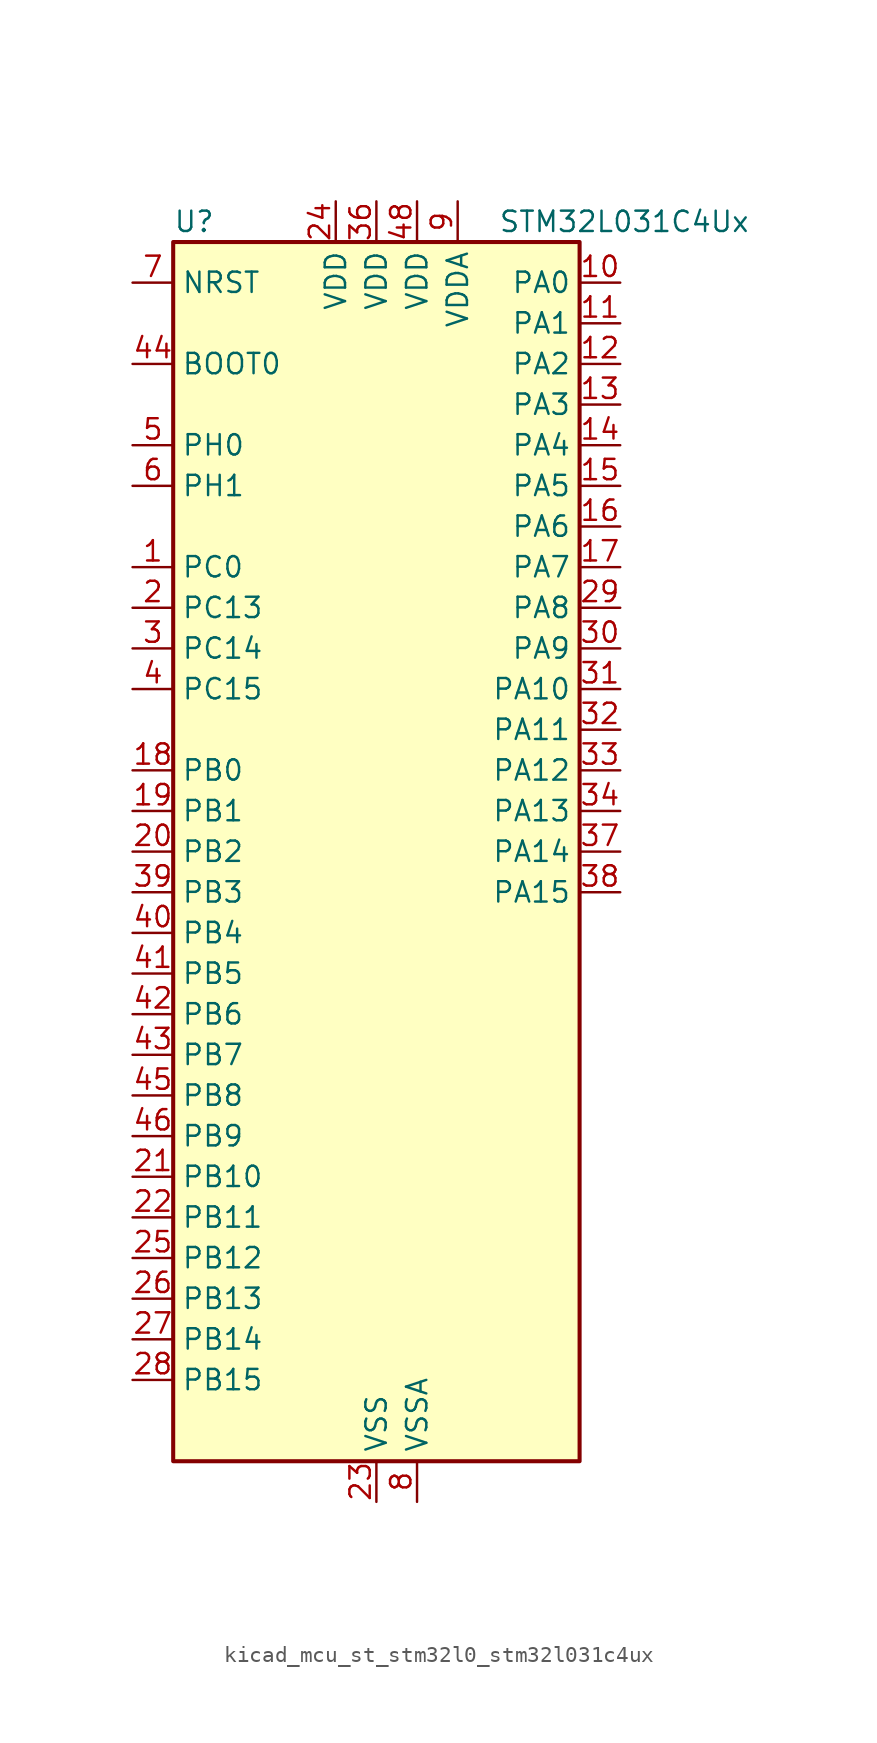
<source format=kicad_sym>
(kicad_symbol_lib
  (version 20220914)
  (generator kicad_symbol_editor)
  (symbol "kicad_mcu_st_stm32l0_stm32l031c4ux"
    (property "Reference" "U"
      (at -12.7 39.37 0)
      (effects (font (size 1.27 1.27)) (justify left)))
    (property "Value" "STM32L031C4Ux"
      (at 7.62 39.37 0)
      (effects (font (size 1.27 1.27)) (justify left)))
    (property "ki_locked" ""
      (at 0 0 0)
      (effects (font (size 1.27 1.27))))
    (symbol "kicad_mcu_st_stm32l0_stm32l031c4ux_0_1"
      (rectangle (start -12.7 -38.1) (end 12.7 38.1) (stroke (width 0.254) (type default)) (fill (type background))))
    (symbol "kicad_mcu_st_stm32l0_stm32l031c4ux_1_1"
      (pin bidirectional line (at -15.24 17.78 0) (length 2.54) (name "PC0" (effects (font (size 1.27 1.27)))) (number "1" (effects (font (size 1.27 1.27)))) (alternate "LPTIM1_IN1" bidirectional line) (alternate "LPUART1_RX" bidirectional line))
      (pin bidirectional line (at 15.24 35.56 180) (length 2.54) (name "PA0" (effects (font (size 1.27 1.27)))) (number "10" (effects (font (size 1.27 1.27)))) (alternate "ADC_IN0" bidirectional line) (alternate "COMP1_INM" bidirectional line) (alternate "COMP1_OUT" bidirectional line) (alternate "LPTIM1_IN1" bidirectional line) (alternate "RTC_TAMP2" bidirectional line) (alternate "SYS_WKUP1" bidirectional line) (alternate "TIM2_CH1" bidirectional line) (alternate "TIM2_ETR" bidirectional line) (alternate "USART2_CTS" bidirectional line))
      (pin bidirectional line (at 15.24 33.02 180) (length 2.54) (name "PA1" (effects (font (size 1.27 1.27)))) (number "11" (effects (font (size 1.27 1.27)))) (alternate "ADC_IN1" bidirectional line) (alternate "COMP1_INP" bidirectional line) (alternate "I2C1_SMBA" bidirectional line) (alternate "LPTIM1_IN2" bidirectional line) (alternate "TIM21_ETR" bidirectional line) (alternate "TIM2_CH2" bidirectional line) (alternate "USART2_DE" bidirectional line) (alternate "USART2_RTS" bidirectional line))
      (pin bidirectional line (at 15.24 30.48 180) (length 2.54) (name "PA2" (effects (font (size 1.27 1.27)))) (number "12" (effects (font (size 1.27 1.27)))) (alternate "ADC_IN2" bidirectional line) (alternate "COMP2_INM" bidirectional line) (alternate "COMP2_OUT" bidirectional line) (alternate "LPUART1_TX" bidirectional line) (alternate "RTC_OUT_ALARM" bidirectional line) (alternate "RTC_OUT_CALIB" bidirectional line) (alternate "RTC_TAMP3" bidirectional line) (alternate "RTC_TS" bidirectional line) (alternate "SYS_WKUP3" bidirectional line) (alternate "TIM21_CH1" bidirectional line) (alternate "TIM2_CH3" bidirectional line) (alternate "USART2_TX" bidirectional line))
      (pin bidirectional line (at 15.24 27.94 180) (length 2.54) (name "PA3" (effects (font (size 1.27 1.27)))) (number "13" (effects (font (size 1.27 1.27)))) (alternate "ADC_IN3" bidirectional line) (alternate "COMP2_INP" bidirectional line) (alternate "LPUART1_RX" bidirectional line) (alternate "TIM21_CH2" bidirectional line) (alternate "TIM2_CH4" bidirectional line) (alternate "USART2_RX" bidirectional line))
      (pin bidirectional line (at 15.24 25.4 180) (length 2.54) (name "PA4" (effects (font (size 1.27 1.27)))) (number "14" (effects (font (size 1.27 1.27)))) (alternate "ADC_IN4" bidirectional line) (alternate "COMP1_INM" bidirectional line) (alternate "COMP2_INM" bidirectional line) (alternate "LPTIM1_IN1" bidirectional line) (alternate "SPI1_NSS" bidirectional line) (alternate "TIM22_ETR" bidirectional line) (alternate "USART2_CK" bidirectional line))
      (pin bidirectional line (at 15.24 22.86 180) (length 2.54) (name "PA5" (effects (font (size 1.27 1.27)))) (number "15" (effects (font (size 1.27 1.27)))) (alternate "ADC_IN5" bidirectional line) (alternate "COMP1_INM" bidirectional line) (alternate "COMP2_INM" bidirectional line) (alternate "LPTIM1_IN2" bidirectional line) (alternate "SPI1_SCK" bidirectional line) (alternate "TIM2_CH1" bidirectional line) (alternate "TIM2_ETR" bidirectional line))
      (pin bidirectional line (at 15.24 20.32 180) (length 2.54) (name "PA6" (effects (font (size 1.27 1.27)))) (number "16" (effects (font (size 1.27 1.27)))) (alternate "ADC_IN6" bidirectional line) (alternate "COMP1_OUT" bidirectional line) (alternate "LPTIM1_ETR" bidirectional line) (alternate "LPUART1_CTS" bidirectional line) (alternate "SPI1_MISO" bidirectional line) (alternate "TIM22_CH1" bidirectional line))
      (pin bidirectional line (at 15.24 17.78 180) (length 2.54) (name "PA7" (effects (font (size 1.27 1.27)))) (number "17" (effects (font (size 1.27 1.27)))) (alternate "ADC_IN7" bidirectional line) (alternate "COMP2_OUT" bidirectional line) (alternate "LPTIM1_OUT" bidirectional line) (alternate "SPI1_MOSI" bidirectional line) (alternate "TIM22_CH2" bidirectional line) (alternate "USART2_CTS" bidirectional line))
      (pin bidirectional line (at -15.24 5.08 0) (length 2.54) (name "PB0" (effects (font (size 1.27 1.27)))) (number "18" (effects (font (size 1.27 1.27)))) (alternate "ADC_IN8" bidirectional line) (alternate "SPI1_MISO" bidirectional line) (alternate "SYS_VREF_OUT_PB0" bidirectional line) (alternate "TIM2_CH3" bidirectional line) (alternate "USART2_DE" bidirectional line) (alternate "USART2_RTS" bidirectional line))
      (pin bidirectional line (at -15.24 2.54 0) (length 2.54) (name "PB1" (effects (font (size 1.27 1.27)))) (number "19" (effects (font (size 1.27 1.27)))) (alternate "ADC_IN9" bidirectional line) (alternate "LPUART1_DE" bidirectional line) (alternate "LPUART1_RTS" bidirectional line) (alternate "SPI1_MOSI" bidirectional line) (alternate "SYS_VREF_OUT_PB1" bidirectional line) (alternate "TIM2_CH4" bidirectional line) (alternate "USART2_CK" bidirectional line))
      (pin bidirectional line (at -15.24 15.24 0) (length 2.54) (name "PC13" (effects (font (size 1.27 1.27)))) (number "2" (effects (font (size 1.27 1.27)))) (alternate "RTC_TAMP1" bidirectional line) (alternate "SYS_WKUP2" bidirectional line))
      (pin bidirectional line (at -15.24 0 0) (length 2.54) (name "PB2" (effects (font (size 1.27 1.27)))) (number "20" (effects (font (size 1.27 1.27)))) (alternate "LPTIM1_OUT" bidirectional line))
      (pin bidirectional line (at -15.24 -20.32 0) (length 2.54) (name "PB10" (effects (font (size 1.27 1.27)))) (number "21" (effects (font (size 1.27 1.27)))) (alternate "LPUART1_TX" bidirectional line) (alternate "TIM2_CH3" bidirectional line))
      (pin bidirectional line (at -15.24 -22.86 0) (length 2.54) (name "PB11" (effects (font (size 1.27 1.27)))) (number "22" (effects (font (size 1.27 1.27)))) (alternate "ADC_EXTI11" bidirectional line) (alternate "LPUART1_RX" bidirectional line) (alternate "TIM2_CH4" bidirectional line))
      (pin power_in line (at 0 -40.64 90) (length 2.54) (name "VSS" (effects (font (size 1.27 1.27)))) (number "23" (effects (font (size 1.27 1.27)))))
      (pin power_in line (at -2.54 40.64 270) (length 2.54) (name "VDD" (effects (font (size 1.27 1.27)))) (number "24" (effects (font (size 1.27 1.27)))))
      (pin bidirectional line (at -15.24 -25.4 0) (length 2.54) (name "PB12" (effects (font (size 1.27 1.27)))) (number "25" (effects (font (size 1.27 1.27)))) (alternate "SPI1_NSS" bidirectional line))
      (pin bidirectional line (at -15.24 -27.94 0) (length 2.54) (name "PB13" (effects (font (size 1.27 1.27)))) (number "26" (effects (font (size 1.27 1.27)))) (alternate "LPUART1_CTS" bidirectional line) (alternate "RCC_MCO" bidirectional line) (alternate "SPI1_SCK" bidirectional line) (alternate "TIM21_CH1" bidirectional line))
      (pin bidirectional line (at -15.24 -30.48 0) (length 2.54) (name "PB14" (effects (font (size 1.27 1.27)))) (number "27" (effects (font (size 1.27 1.27)))) (alternate "LPUART1_DE" bidirectional line) (alternate "LPUART1_RTS" bidirectional line) (alternate "RTC_OUT_ALARM" bidirectional line) (alternate "RTC_OUT_CALIB" bidirectional line) (alternate "SPI1_MISO" bidirectional line) (alternate "TIM21_CH2" bidirectional line))
      (pin bidirectional line (at -15.24 -33.02 0) (length 2.54) (name "PB15" (effects (font (size 1.27 1.27)))) (number "28" (effects (font (size 1.27 1.27)))) (alternate "RTC_REFIN" bidirectional line) (alternate "SPI1_MOSI" bidirectional line))
      (pin bidirectional line (at 15.24 15.24 180) (length 2.54) (name "PA8" (effects (font (size 1.27 1.27)))) (number "29" (effects (font (size 1.27 1.27)))) (alternate "LPTIM1_IN1" bidirectional line) (alternate "RCC_MCO" bidirectional line) (alternate "TIM2_CH1" bidirectional line) (alternate "USART2_CK" bidirectional line))
      (pin bidirectional line (at -15.24 12.7 0) (length 2.54) (name "PC14" (effects (font (size 1.27 1.27)))) (number "3" (effects (font (size 1.27 1.27)))) (alternate "RCC_OSC32_IN" bidirectional line))
      (pin bidirectional line (at 15.24 12.7 180) (length 2.54) (name "PA9" (effects (font (size 1.27 1.27)))) (number "30" (effects (font (size 1.27 1.27)))) (alternate "I2C1_SCL" bidirectional line) (alternate "RCC_MCO" bidirectional line) (alternate "TIM22_CH1" bidirectional line) (alternate "USART2_TX" bidirectional line))
      (pin bidirectional line (at 15.24 10.16 180) (length 2.54) (name "PA10" (effects (font (size 1.27 1.27)))) (number "31" (effects (font (size 1.27 1.27)))) (alternate "I2C1_SDA" bidirectional line) (alternate "TIM22_CH2" bidirectional line) (alternate "USART2_RX" bidirectional line))
      (pin bidirectional line (at 15.24 7.62 180) (length 2.54) (name "PA11" (effects (font (size 1.27 1.27)))) (number "32" (effects (font (size 1.27 1.27)))) (alternate "ADC_EXTI11" bidirectional line) (alternate "COMP1_OUT" bidirectional line) (alternate "SPI1_MISO" bidirectional line) (alternate "TIM21_CH2" bidirectional line) (alternate "USART2_CTS" bidirectional line))
      (pin bidirectional line (at 15.24 5.08 180) (length 2.54) (name "PA12" (effects (font (size 1.27 1.27)))) (number "33" (effects (font (size 1.27 1.27)))) (alternate "COMP2_OUT" bidirectional line) (alternate "SPI1_MOSI" bidirectional line) (alternate "USART2_DE" bidirectional line) (alternate "USART2_RTS" bidirectional line))
      (pin bidirectional line (at 15.24 2.54 180) (length 2.54) (name "PA13" (effects (font (size 1.27 1.27)))) (number "34" (effects (font (size 1.27 1.27)))) (alternate "LPTIM1_ETR" bidirectional line) (alternate "LPUART1_RX" bidirectional line) (alternate "SYS_SWDIO" bidirectional line))
      (pin passive line (at 0 -40.64 90) (length 2.54) hide (name "VSS" (effects (font (size 1.27 1.27)))) (number "35" (effects (font (size 1.27 1.27)))))
      (pin power_in line (at 0 40.64 270) (length 2.54) (name "VDD" (effects (font (size 1.27 1.27)))) (number "36" (effects (font (size 1.27 1.27)))))
      (pin bidirectional line (at 15.24 0 180) (length 2.54) (name "PA14" (effects (font (size 1.27 1.27)))) (number "37" (effects (font (size 1.27 1.27)))) (alternate "I2C1_SMBA" bidirectional line) (alternate "LPTIM1_OUT" bidirectional line) (alternate "LPUART1_TX" bidirectional line) (alternate "SYS_SWCLK" bidirectional line) (alternate "USART2_TX" bidirectional line))
      (pin bidirectional line (at 15.24 -2.54 180) (length 2.54) (name "PA15" (effects (font (size 1.27 1.27)))) (number "38" (effects (font (size 1.27 1.27)))) (alternate "SPI1_NSS" bidirectional line) (alternate "TIM2_CH1" bidirectional line) (alternate "TIM2_ETR" bidirectional line) (alternate "USART2_RX" bidirectional line))
      (pin bidirectional line (at -15.24 -2.54 0) (length 2.54) (name "PB3" (effects (font (size 1.27 1.27)))) (number "39" (effects (font (size 1.27 1.27)))) (alternate "COMP2_INM" bidirectional line) (alternate "SPI1_SCK" bidirectional line) (alternate "TIM2_CH2" bidirectional line))
      (pin bidirectional line (at -15.24 10.16 0) (length 2.54) (name "PC15" (effects (font (size 1.27 1.27)))) (number "4" (effects (font (size 1.27 1.27)))) (alternate "RCC_OSC32_OUT" bidirectional line))
      (pin bidirectional line (at -15.24 -5.08 0) (length 2.54) (name "PB4" (effects (font (size 1.27 1.27)))) (number "40" (effects (font (size 1.27 1.27)))) (alternate "COMP2_INP" bidirectional line) (alternate "SPI1_MISO" bidirectional line) (alternate "TIM22_CH1" bidirectional line))
      (pin bidirectional line (at -15.24 -7.62 0) (length 2.54) (name "PB5" (effects (font (size 1.27 1.27)))) (number "41" (effects (font (size 1.27 1.27)))) (alternate "COMP2_INP" bidirectional line) (alternate "I2C1_SMBA" bidirectional line) (alternate "LPTIM1_IN1" bidirectional line) (alternate "SPI1_MOSI" bidirectional line) (alternate "TIM22_CH2" bidirectional line))
      (pin bidirectional line (at -15.24 -10.16 0) (length 2.54) (name "PB6" (effects (font (size 1.27 1.27)))) (number "42" (effects (font (size 1.27 1.27)))) (alternate "COMP2_INP" bidirectional line) (alternate "I2C1_SCL" bidirectional line) (alternate "LPTIM1_ETR" bidirectional line) (alternate "TIM21_CH1" bidirectional line) (alternate "USART2_TX" bidirectional line))
      (pin bidirectional line (at -15.24 -12.7 0) (length 2.54) (name "PB7" (effects (font (size 1.27 1.27)))) (number "43" (effects (font (size 1.27 1.27)))) (alternate "COMP2_INP" bidirectional line) (alternate "I2C1_SDA" bidirectional line) (alternate "LPTIM1_IN2" bidirectional line) (alternate "SYS_PVD_IN" bidirectional line) (alternate "USART2_RX" bidirectional line))
      (pin input line (at -15.24 30.48 0) (length 2.54) (name "BOOT0" (effects (font (size 1.27 1.27)))) (number "44" (effects (font (size 1.27 1.27)))))
      (pin bidirectional line (at -15.24 -15.24 0) (length 2.54) (name "PB8" (effects (font (size 1.27 1.27)))) (number "45" (effects (font (size 1.27 1.27)))) (alternate "I2C1_SCL" bidirectional line))
      (pin bidirectional line (at -15.24 -17.78 0) (length 2.54) (name "PB9" (effects (font (size 1.27 1.27)))) (number "46" (effects (font (size 1.27 1.27)))) (alternate "I2C1_SDA" bidirectional line))
      (pin passive line (at 0 -40.64 90) (length 2.54) hide (name "VSS" (effects (font (size 1.27 1.27)))) (number "47" (effects (font (size 1.27 1.27)))))
      (pin power_in line (at 2.54 40.64 270) (length 2.54) (name "VDD" (effects (font (size 1.27 1.27)))) (number "48" (effects (font (size 1.27 1.27)))))
      (pin passive line (at 0 -40.64 90) (length 2.54) hide (name "VSS" (effects (font (size 1.27 1.27)))) (number "49" (effects (font (size 1.27 1.27)))))
      (pin bidirectional line (at -15.24 25.4 0) (length 2.54) (name "PH0" (effects (font (size 1.27 1.27)))) (number "5" (effects (font (size 1.27 1.27)))) (alternate "RCC_OSC_IN" bidirectional line))
      (pin bidirectional line (at -15.24 22.86 0) (length 2.54) (name "PH1" (effects (font (size 1.27 1.27)))) (number "6" (effects (font (size 1.27 1.27)))) (alternate "RCC_OSC_OUT" bidirectional line))
      (pin input line (at -15.24 35.56 0) (length 2.54) (name "NRST" (effects (font (size 1.27 1.27)))) (number "7" (effects (font (size 1.27 1.27)))))
      (pin power_in line (at 2.54 -40.64 90) (length 2.54) (name "VSSA" (effects (font (size 1.27 1.27)))) (number "8" (effects (font (size 1.27 1.27)))))
      (pin power_in line (at 5.08 40.64 270) (length 2.54) (name "VDDA" (effects (font (size 1.27 1.27)))) (number "9" (effects (font (size 1.27 1.27))))))))
</source>
